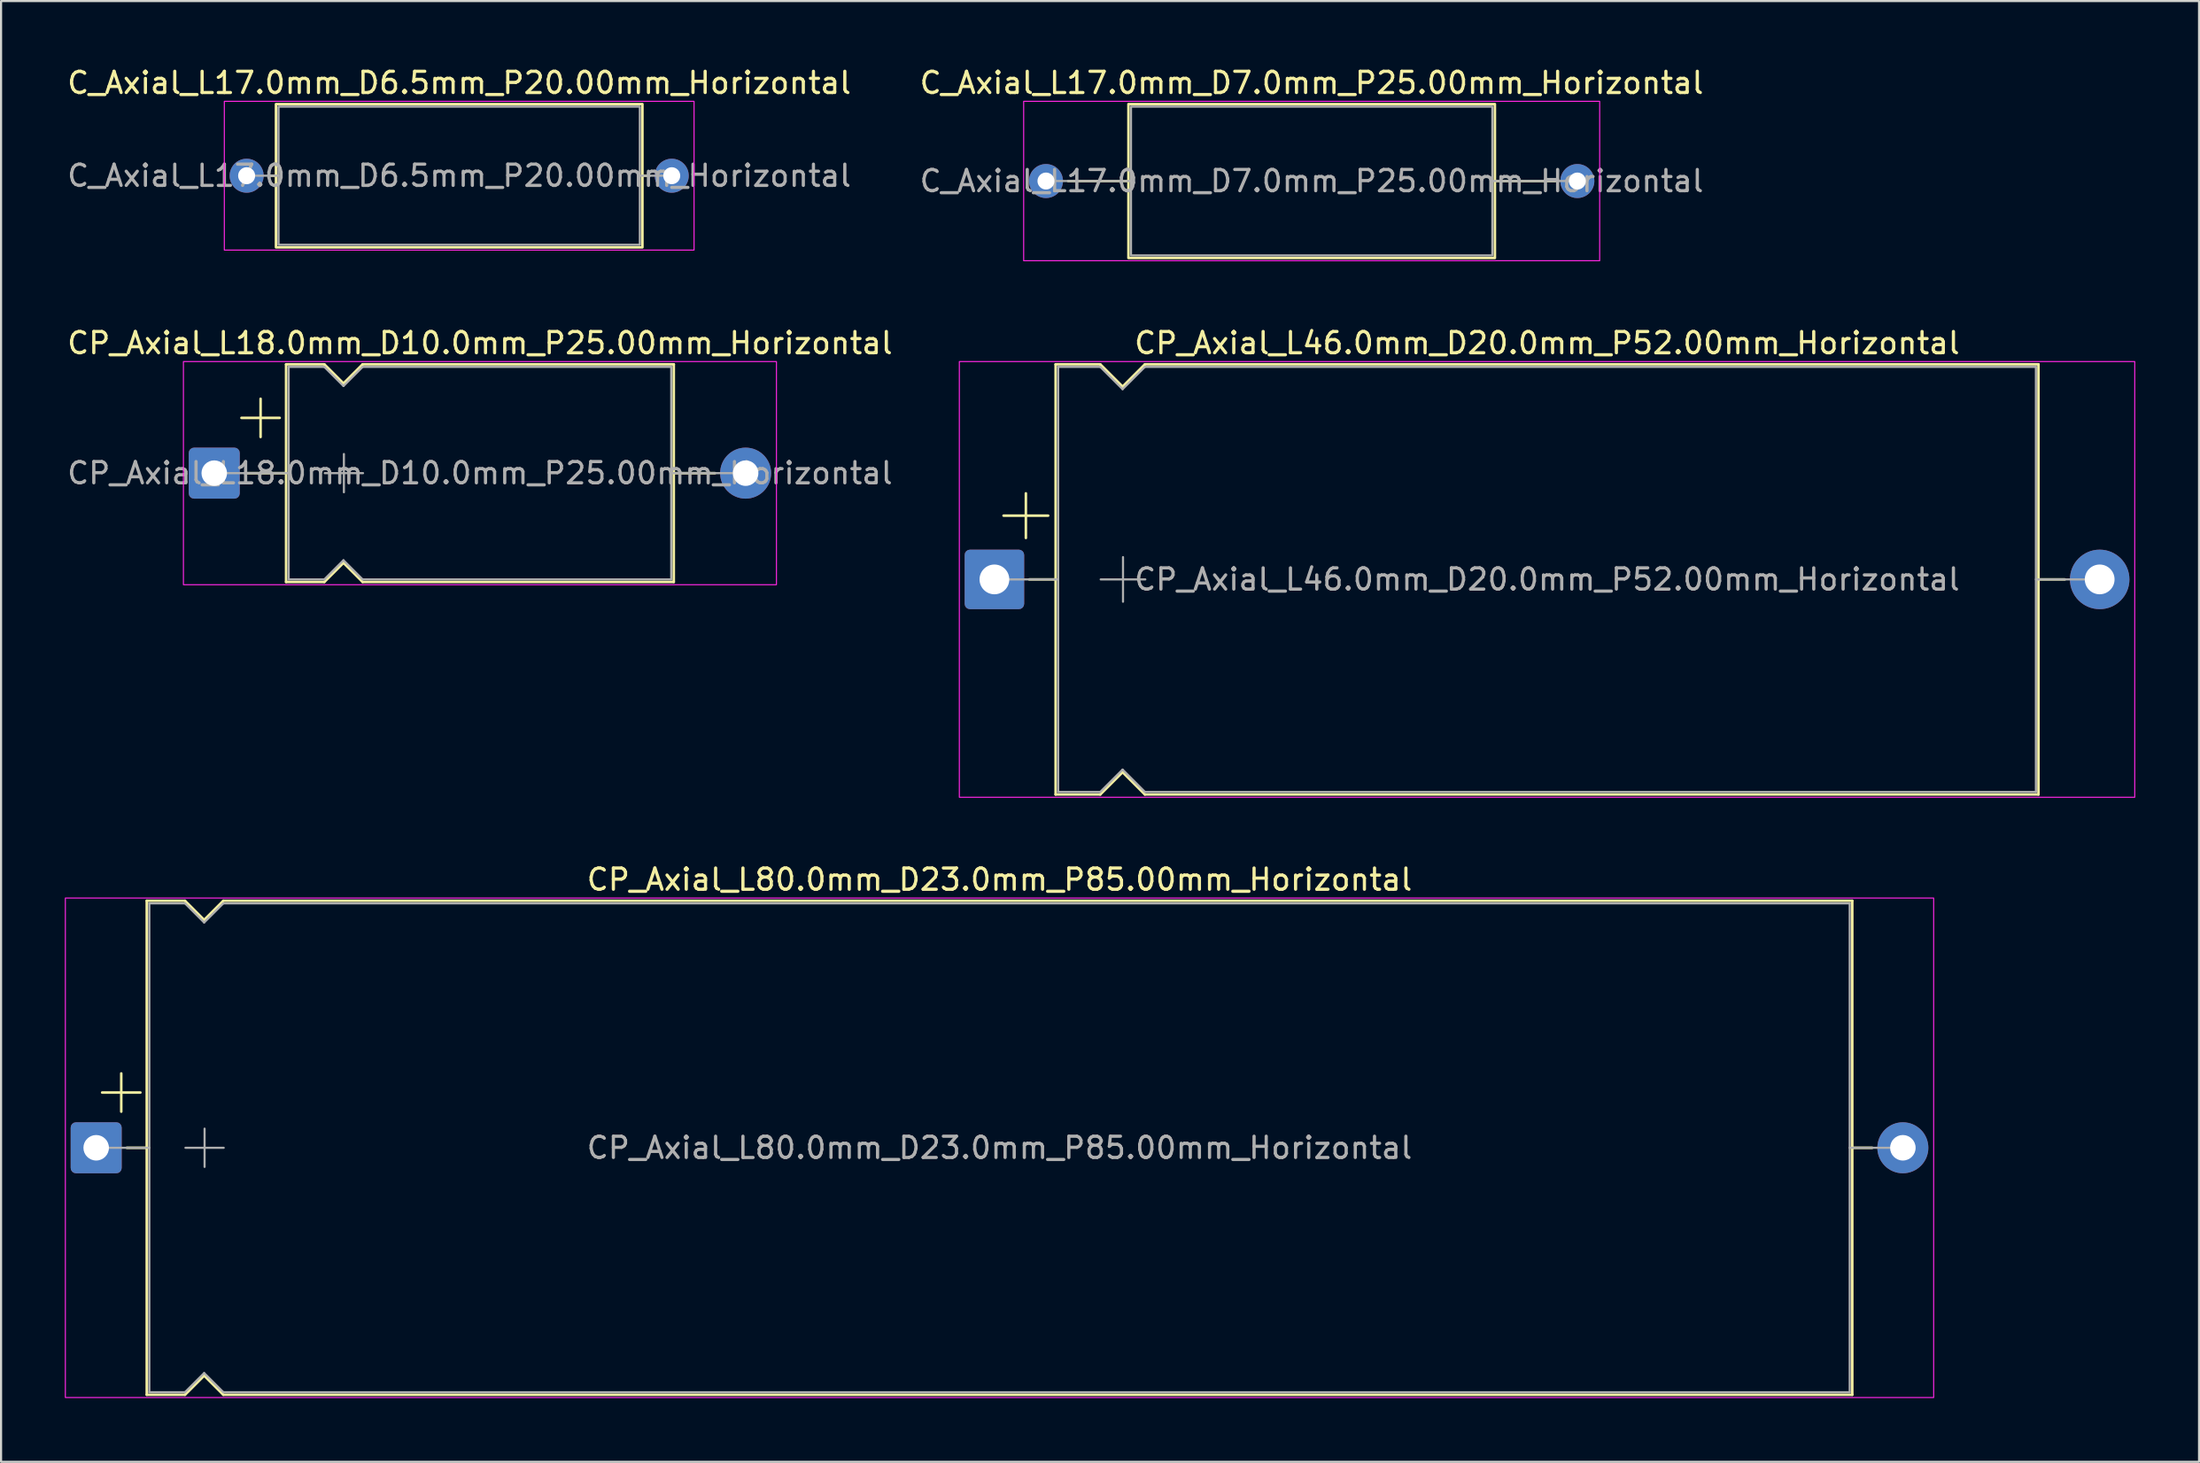
<source format=kicad_pcb>
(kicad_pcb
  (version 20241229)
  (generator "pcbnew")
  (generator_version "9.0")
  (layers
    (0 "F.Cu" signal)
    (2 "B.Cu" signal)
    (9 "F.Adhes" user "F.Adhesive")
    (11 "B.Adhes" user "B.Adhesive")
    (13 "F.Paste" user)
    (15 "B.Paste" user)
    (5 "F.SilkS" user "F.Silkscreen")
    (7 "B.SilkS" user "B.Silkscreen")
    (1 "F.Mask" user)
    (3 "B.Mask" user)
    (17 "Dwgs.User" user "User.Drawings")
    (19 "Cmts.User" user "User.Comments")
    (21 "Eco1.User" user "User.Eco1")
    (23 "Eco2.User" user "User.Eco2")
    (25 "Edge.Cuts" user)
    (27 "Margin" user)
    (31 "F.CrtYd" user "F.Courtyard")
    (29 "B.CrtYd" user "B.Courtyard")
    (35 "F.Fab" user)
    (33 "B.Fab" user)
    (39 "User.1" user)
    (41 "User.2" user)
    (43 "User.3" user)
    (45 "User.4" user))
  (footprint "CP_Axial_L18.0mm_D10.0mm_P25.00mm_Horizontal"
    (layer "F.Cu")
    (at 7.03 19.212)
    (property "Reference" "CP_Axial_L18.0mm_D10.0mm_P25.00mm_Horizontal" (at 12.5 -6.12 0) (layer "F.SilkS") (effects (font (size 1 1) (thickness 0.15))))
    (attr through_hole)
    (fp_line (start 1.28 -2.6) (end 3.08 -2.6) (stroke (width 0.12) (type solid)) (layer "F.SilkS"))
    (fp_line (start 1.44 0) (end 3.38 0) (stroke (width 0.12) (type solid)) (layer "F.SilkS"))
    (fp_line (start 2.18 -3.5) (end 2.18 -1.7) (stroke (width 0.12) (type solid)) (layer "F.SilkS"))
    (fp_line (start 3.38 -5.12) (end 3.38 5.12) (stroke (width 0.12) (type solid)) (layer "F.SilkS"))
    (fp_line (start 3.38 -5.12) (end 5.18 -5.12) (stroke (width 0.12) (type solid)) (layer "F.SilkS"))
    (fp_line (start 3.38 5.12) (end 5.18 5.12) (stroke (width 0.12) (type solid)) (layer "F.SilkS"))
    (fp_line (start 5.18 -5.12) (end 6.08 -4.22) (stroke (width 0.12) (type solid)) (layer "F.SilkS"))
    (fp_line (start 5.18 5.12) (end 6.08 4.22) (stroke (width 0.12) (type solid)) (layer "F.SilkS"))
    (fp_line (start 6.08 -4.22) (end 6.98 -5.12) (stroke (width 0.12) (type solid)) (layer "F.SilkS"))
    (fp_line (start 6.08 4.22) (end 6.98 5.12) (stroke (width 0.12) (type solid)) (layer "F.SilkS"))
    (fp_line (start 6.98 -5.12) (end 21.62 -5.12) (stroke (width 0.12) (type solid)) (layer "F.SilkS"))
    (fp_line (start 6.98 5.12) (end 21.62 5.12) (stroke (width 0.12) (type solid)) (layer "F.SilkS"))
    (fp_line (start 21.62 -5.12) (end 21.62 5.12) (stroke (width 0.12) (type solid)) (layer "F.SilkS"))
    (fp_line (start 23.56 0) (end 21.62 0) (stroke (width 0.12) (type solid)) (layer "F.SilkS"))
    (fp_rect (start -1.45 -5.25) (end 26.45 5.25) (stroke (width 0.05) (type solid)) (fill no) (layer "F.CrtYd"))
    (fp_line (start 0 0) (end 3.5 0) (stroke (width 0.1) (type solid)) (layer "F.Fab"))
    (fp_line (start 3.5 -5) (end 3.5 5) (stroke (width 0.1) (type solid)) (layer "F.Fab"))
    (fp_line (start 3.5 -5) (end 5.18 -5) (stroke (width 0.1) (type solid)) (layer "F.Fab"))
    (fp_line (start 3.5 5) (end 5.18 5) (stroke (width 0.1) (type solid)) (layer "F.Fab"))
    (fp_line (start 5.18 -5) (end 6.08 -4.1) (stroke (width 0.1) (type solid)) (layer "F.Fab"))
    (fp_line (start 5.18 5) (end 6.08 4.1) (stroke (width 0.1) (type solid)) (layer "F.Fab"))
    (fp_line (start 5.2 0) (end 7 0) (stroke (width 0.1) (type solid)) (layer "F.Fab"))
    (fp_line (start 6.08 -4.1) (end 6.98 -5) (stroke (width 0.1) (type solid)) (layer "F.Fab"))
    (fp_line (start 6.08 4.1) (end 6.98 5) (stroke (width 0.1) (type solid)) (layer "F.Fab"))
    (fp_line (start 6.1 -0.9) (end 6.1 0.9) (stroke (width 0.1) (type solid)) (layer "F.Fab"))
    (fp_line (start 6.98 -5) (end 21.5 -5) (stroke (width 0.1) (type solid)) (layer "F.Fab"))
    (fp_line (start 6.98 5) (end 21.5 5) (stroke (width 0.1) (type solid)) (layer "F.Fab"))
    (fp_line (start 21.5 -5) (end 21.5 5) (stroke (width 0.1) (type solid)) (layer "F.Fab"))
    (fp_line (start 25 0) (end 21.5 0) (stroke (width 0.1) (type solid)) (layer "F.Fab"))
    (fp_text user "${REFERENCE}" (at 12.5 0 0) (layer "F.Fab") (effects (font (size 1 1) (thickness 0.15))))
    (pad "1" thru_hole roundrect (at 0 0) (size 2.4 2.4) (drill 1.2) (layers "*.Cu" "*.Mask") (roundrect_rratio 0.104))
    (pad "2" thru_hole circle (at 25 0) (size 2.4 2.4) (drill 1.2) (layers "*.Cu" "*.Mask")))
  (footprint "CP_Axial_L46.0mm_D20.0mm_P52.00mm_Horizontal"
    (layer "F.Cu")
    (at 43.735 24.212)
    (property "Reference" "CP_Axial_L46.0mm_D20.0mm_P52.00mm_Horizontal" (at 26 -11.12 0) (layer "F.SilkS") (effects (font (size 1 1) (thickness 0.15))))
    (attr through_hole)
    (fp_line (start 0.43 -3) (end 2.53 -3) (stroke (width 0.12) (type solid)) (layer "F.SilkS"))
    (fp_line (start 1.48 -4.05) (end 1.48 -1.95) (stroke (width 0.12) (type solid)) (layer "F.SilkS"))
    (fp_line (start 1.64 0) (end 2.88 0) (stroke (width 0.12) (type solid)) (layer "F.SilkS"))
    (fp_line (start 2.88 -10.12) (end 2.88 10.12) (stroke (width 0.12) (type solid)) (layer "F.SilkS"))
    (fp_line (start 2.88 -10.12) (end 4.98 -10.12) (stroke (width 0.12) (type solid)) (layer "F.SilkS"))
    (fp_line (start 2.88 10.12) (end 4.98 10.12) (stroke (width 0.12) (type solid)) (layer "F.SilkS"))
    (fp_line (start 4.98 -10.12) (end 6.03 -9.07) (stroke (width 0.12) (type solid)) (layer "F.SilkS"))
    (fp_line (start 4.98 10.12) (end 6.03 9.07) (stroke (width 0.12) (type solid)) (layer "F.SilkS"))
    (fp_line (start 6.03 -9.07) (end 7.08 -10.12) (stroke (width 0.12) (type solid)) (layer "F.SilkS"))
    (fp_line (start 6.03 9.07) (end 7.08 10.12) (stroke (width 0.12) (type solid)) (layer "F.SilkS"))
    (fp_line (start 7.08 -10.12) (end 49.12 -10.12) (stroke (width 0.12) (type solid)) (layer "F.SilkS"))
    (fp_line (start 7.08 10.12) (end 49.12 10.12) (stroke (width 0.12) (type solid)) (layer "F.SilkS"))
    (fp_line (start 49.12 -10.12) (end 49.12 10.12) (stroke (width 0.12) (type solid)) (layer "F.SilkS"))
    (fp_line (start 50.36 0) (end 49.12 0) (stroke (width 0.12) (type solid)) (layer "F.SilkS"))
    (fp_rect (start -1.65 -10.25) (end 53.65 10.25) (stroke (width 0.05) (type solid)) (fill no) (layer "F.CrtYd"))
    (fp_line (start 0 0) (end 3 0) (stroke (width 0.1) (type solid)) (layer "F.Fab"))
    (fp_line (start 3 -10) (end 3 10) (stroke (width 0.1) (type solid)) (layer "F.Fab"))
    (fp_line (start 3 -10) (end 4.98 -10) (stroke (width 0.1) (type solid)) (layer "F.Fab"))
    (fp_line (start 3 10) (end 4.98 10) (stroke (width 0.1) (type solid)) (layer "F.Fab"))
    (fp_line (start 4.98 -10) (end 6.03 -8.95) (stroke (width 0.1) (type solid)) (layer "F.Fab"))
    (fp_line (start 4.98 10) (end 6.03 8.95) (stroke (width 0.1) (type solid)) (layer "F.Fab"))
    (fp_line (start 5 0) (end 7.1 0) (stroke (width 0.1) (type solid)) (layer "F.Fab"))
    (fp_line (start 6.03 -8.95) (end 7.08 -10) (stroke (width 0.1) (type solid)) (layer "F.Fab"))
    (fp_line (start 6.03 8.95) (end 7.08 10) (stroke (width 0.1) (type solid)) (layer "F.Fab"))
    (fp_line (start 6.05 -1.05) (end 6.05 1.05) (stroke (width 0.1) (type solid)) (layer "F.Fab"))
    (fp_line (start 7.08 -10) (end 49 -10) (stroke (width 0.1) (type solid)) (layer "F.Fab"))
    (fp_line (start 7.08 10) (end 49 10) (stroke (width 0.1) (type solid)) (layer "F.Fab"))
    (fp_line (start 49 -10) (end 49 10) (stroke (width 0.1) (type solid)) (layer "F.Fab"))
    (fp_line (start 52 0) (end 49 0) (stroke (width 0.1) (type solid)) (layer "F.Fab"))
    (fp_text user "${REFERENCE}" (at 26 0 0) (layer "F.Fab") (effects (font (size 1 1) (thickness 0.15))))
    (pad "1" thru_hole roundrect (at 0 0) (size 2.8 2.8) (drill 1.4) (layers "*.Cu" "*.Mask") (roundrect_rratio 0.089))
    (pad "2" thru_hole circle (at 52 0) (size 2.8 2.8) (drill 1.4) (layers "*.Cu" "*.Mask")))
  (footprint "C_Axial_L17.0mm_D7.0mm_P25.00mm_Horizontal"
    (layer "F.Cu")
    (at 46.161 5.468)
    (property "Reference" "C_Axial_L17.0mm_D7.0mm_P25.00mm_Horizontal" (at 12.5 -4.62 0) (layer "F.SilkS") (effects (font (size 1 1) (thickness 0.15))))
    (attr through_hole)
    (fp_line (start 1.04 0) (end 3.88 0) (stroke (width 0.12) (type solid)) (layer "F.SilkS"))
    (fp_line (start 23.96 0) (end 21.12 0) (stroke (width 0.12) (type solid)) (layer "F.SilkS"))
    (fp_rect (start 3.88 -3.62) (end 21.12 3.62) (stroke (width 0.12) (type solid)) (fill no) (layer "F.SilkS"))
    (fp_rect (start -1.05 -3.75) (end 26.05 3.75) (stroke (width 0.05) (type solid)) (fill no) (layer "F.CrtYd"))
    (fp_line (start 0 0) (end 4 0) (stroke (width 0.1) (type solid)) (layer "F.Fab"))
    (fp_line (start 25 0) (end 21 0) (stroke (width 0.1) (type solid)) (layer "F.Fab"))
    (fp_rect (start 4 -3.5) (end 21 3.5) (stroke (width 0.1) (type solid)) (fill no) (layer "F.Fab"))
    (fp_text user "${REFERENCE}" (at 12.5 0 0) (layer "F.Fab") (effects (font (size 1 1) (thickness 0.15))))
    (pad "1" thru_hole circle (at 0 0) (size 1.6 1.6) (drill 0.8) (layers "*.Cu" "*.Mask"))
    (pad "2" thru_hole circle (at 25 0) (size 1.6 1.6) (drill 0.8) (layers "*.Cu" "*.Mask")))
  (footprint "CP_Axial_L80.0mm_D23.0mm_P85.00mm_Horizontal"
    (layer "F.Cu")
    (at 1.475 50.955)
    (property "Reference" "CP_Axial_L80.0mm_D23.0mm_P85.00mm_Horizontal" (at 42.5 -12.62 0) (layer "F.SilkS") (effects (font (size 1 1) (thickness 0.15))))
    (attr through_hole)
    (fp_line (start 0.28 -2.6) (end 2.08 -2.6) (stroke (width 0.12) (type solid)) (layer "F.SilkS"))
    (fp_line (start 1.18 -3.5) (end 1.18 -1.7) (stroke (width 0.12) (type solid)) (layer "F.SilkS"))
    (fp_line (start 1.44 0) (end 2.38 0) (stroke (width 0.12) (type solid)) (layer "F.SilkS"))
    (fp_line (start 2.38 -11.62) (end 2.38 11.62) (stroke (width 0.12) (type solid)) (layer "F.SilkS"))
    (fp_line (start 2.38 -11.62) (end 4.18 -11.62) (stroke (width 0.12) (type solid)) (layer "F.SilkS"))
    (fp_line (start 2.38 11.62) (end 4.18 11.62) (stroke (width 0.12) (type solid)) (layer "F.SilkS"))
    (fp_line (start 4.18 -11.62) (end 5.08 -10.72) (stroke (width 0.12) (type solid)) (layer "F.SilkS"))
    (fp_line (start 4.18 11.62) (end 5.08 10.72) (stroke (width 0.12) (type solid)) (layer "F.SilkS"))
    (fp_line (start 5.08 -10.72) (end 5.98 -11.62) (stroke (width 0.12) (type solid)) (layer "F.SilkS"))
    (fp_line (start 5.08 10.72) (end 5.98 11.62) (stroke (width 0.12) (type solid)) (layer "F.SilkS"))
    (fp_line (start 5.98 -11.62) (end 82.62 -11.62) (stroke (width 0.12) (type solid)) (layer "F.SilkS"))
    (fp_line (start 5.98 11.62) (end 82.62 11.62) (stroke (width 0.12) (type solid)) (layer "F.SilkS"))
    (fp_line (start 82.62 -11.62) (end 82.62 11.62) (stroke (width 0.12) (type solid)) (layer "F.SilkS"))
    (fp_line (start 83.56 0) (end 82.62 0) (stroke (width 0.12) (type solid)) (layer "F.SilkS"))
    (fp_rect (start -1.45 -11.75) (end 86.45 11.75) (stroke (width 0.05) (type solid)) (fill no) (layer "F.CrtYd"))
    (fp_line (start 0 0) (end 2.5 0) (stroke (width 0.1) (type solid)) (layer "F.Fab"))
    (fp_line (start 2.5 -11.5) (end 2.5 11.5) (stroke (width 0.1) (type solid)) (layer "F.Fab"))
    (fp_line (start 2.5 -11.5) (end 4.18 -11.5) (stroke (width 0.1) (type solid)) (layer "F.Fab"))
    (fp_line (start 2.5 11.5) (end 4.18 11.5) (stroke (width 0.1) (type solid)) (layer "F.Fab"))
    (fp_line (start 4.18 -11.5) (end 5.08 -10.6) (stroke (width 0.1) (type solid)) (layer "F.Fab"))
    (fp_line (start 4.18 11.5) (end 5.08 10.6) (stroke (width 0.1) (type solid)) (layer "F.Fab"))
    (fp_line (start 4.2 0) (end 6 0) (stroke (width 0.1) (type solid)) (layer "F.Fab"))
    (fp_line (start 5.08 -10.6) (end 5.98 -11.5) (stroke (width 0.1) (type solid)) (layer "F.Fab"))
    (fp_line (start 5.08 10.6) (end 5.98 11.5) (stroke (width 0.1) (type solid)) (layer "F.Fab"))
    (fp_line (start 5.1 -0.9) (end 5.1 0.9) (stroke (width 0.1) (type solid)) (layer "F.Fab"))
    (fp_line (start 5.98 -11.5) (end 82.5 -11.5) (stroke (width 0.1) (type solid)) (layer "F.Fab"))
    (fp_line (start 5.98 11.5) (end 82.5 11.5) (stroke (width 0.1) (type solid)) (layer "F.Fab"))
    (fp_line (start 82.5 -11.5) (end 82.5 11.5) (stroke (width 0.1) (type solid)) (layer "F.Fab"))
    (fp_line (start 85 0) (end 82.5 0) (stroke (width 0.1) (type solid)) (layer "F.Fab"))
    (fp_text user "${REFERENCE}" (at 42.5 0 0) (layer "F.Fab") (effects (font (size 1 1) (thickness 0.15))))
    (pad "1" thru_hole roundrect (at 0 0) (size 2.4 2.4) (drill 1.2) (layers "*.Cu" "*.Mask") (roundrect_rratio 0.104))
    (pad "2" thru_hole circle (at 85 0) (size 2.4 2.4) (drill 1.2) (layers "*.Cu" "*.Mask")))
  (footprint "C_Axial_L17.0mm_D6.5mm_P20.00mm_Horizontal"
    (layer "F.Cu")
    (at 8.554 5.218)
    (property "Reference" "C_Axial_L17.0mm_D6.5mm_P20.00mm_Horizontal" (at 10 -4.37 0) (layer "F.SilkS") (effects (font (size 1 1) (thickness 0.15))))
    (attr through_hole)
    (fp_line (start 1.04 0) (end 1.38 0) (stroke (width 0.12) (type solid)) (layer "F.SilkS"))
    (fp_line (start 18.96 0) (end 18.62 0) (stroke (width 0.12) (type solid)) (layer "F.SilkS"))
    (fp_rect (start 1.38 -3.37) (end 18.62 3.37) (stroke (width 0.12) (type solid)) (fill no) (layer "F.SilkS"))
    (fp_rect (start -1.05 -3.5) (end 21.05 3.5) (stroke (width 0.05) (type solid)) (fill no) (layer "F.CrtYd"))
    (fp_line (start 0 0) (end 1.5 0) (stroke (width 0.1) (type solid)) (layer "F.Fab"))
    (fp_line (start 20 0) (end 18.5 0) (stroke (width 0.1) (type solid)) (layer "F.Fab"))
    (fp_rect (start 1.5 -3.25) (end 18.5 3.25) (stroke (width 0.1) (type solid)) (fill no) (layer "F.Fab"))
    (fp_text user "${REFERENCE}" (at 10 0 0) (layer "F.Fab") (effects (font (size 1 1) (thickness 0.15))))
    (pad "1" thru_hole circle (at 0 0) (size 1.6 1.6) (drill 0.8) (layers "*.Cu" "*.Mask"))
    (pad "2" thru_hole circle (at 20 0) (size 1.6 1.6) (drill 0.8) (layers "*.Cu" "*.Mask")))
  (gr_rect
    (start -3 -3)
    (end 100.41 65.73)
    (stroke (width 0.1) (type default))
    (fill no)
    (layer "Edge.Cuts")))
</source>
